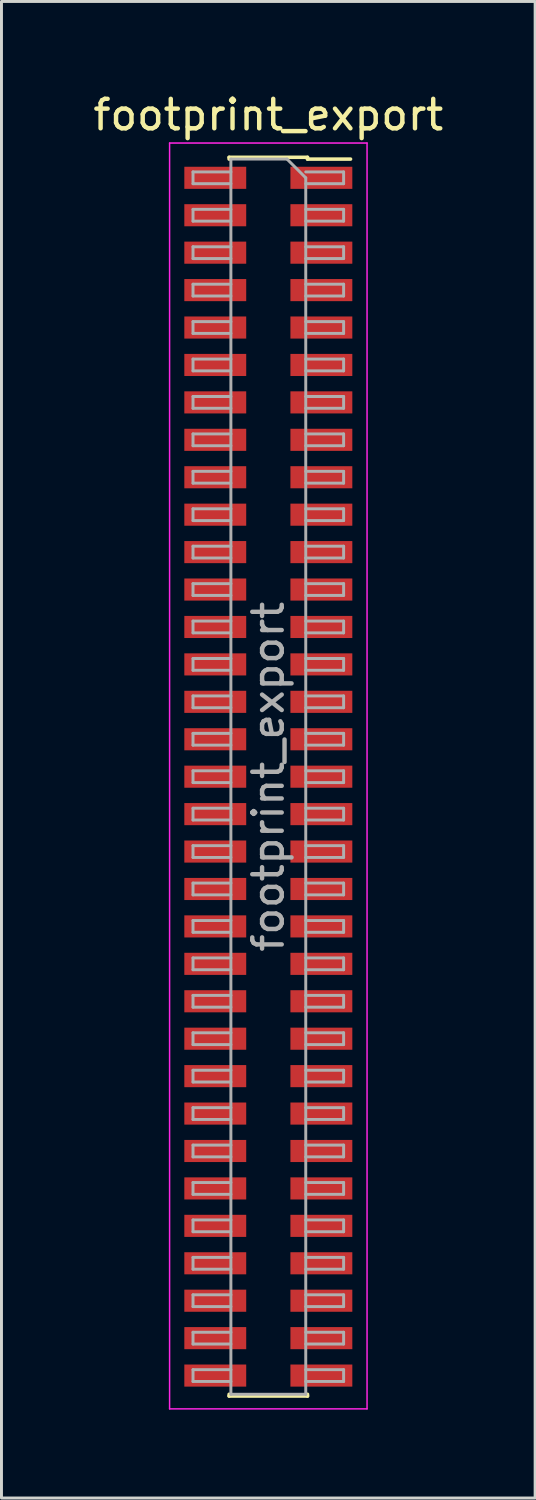
<source format=kicad_pcb>
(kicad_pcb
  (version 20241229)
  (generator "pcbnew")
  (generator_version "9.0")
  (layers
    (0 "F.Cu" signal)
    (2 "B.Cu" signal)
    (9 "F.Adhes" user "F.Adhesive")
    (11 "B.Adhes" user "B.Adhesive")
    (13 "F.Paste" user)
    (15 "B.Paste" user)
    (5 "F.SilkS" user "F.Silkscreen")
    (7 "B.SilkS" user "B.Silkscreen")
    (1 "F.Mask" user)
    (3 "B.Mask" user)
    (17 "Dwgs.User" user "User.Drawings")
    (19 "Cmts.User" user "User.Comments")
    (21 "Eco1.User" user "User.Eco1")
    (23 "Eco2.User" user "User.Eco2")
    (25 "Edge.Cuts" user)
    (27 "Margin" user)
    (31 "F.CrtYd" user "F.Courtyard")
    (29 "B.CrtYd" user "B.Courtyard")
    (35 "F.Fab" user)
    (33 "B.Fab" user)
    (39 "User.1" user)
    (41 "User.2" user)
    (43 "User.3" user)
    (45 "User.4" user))
  (footprint "footprint_export"
    (layer "F.Cu")
    (at 6.054 23.303)
    (property "Reference" "footprint_export" (at 0 -22.455 0) (layer "F.SilkS") (effects (font (size 1 1) (thickness 0.15))))
    (attr smd)
    (fp_line (start -1.33 -21.015) (end -1.33 -20.955) (stroke (width 0.12) (type solid)) (layer "F.SilkS"))
    (fp_line (start -1.33 -21.015) (end 1.33 -21.015) (stroke (width 0.12) (type solid)) (layer "F.SilkS"))
    (fp_line (start -1.33 20.955) (end -1.33 21.015) (stroke (width 0.12) (type solid)) (layer "F.SilkS"))
    (fp_line (start -1.33 21.015) (end 1.33 21.015) (stroke (width 0.12) (type solid)) (layer "F.SilkS"))
    (fp_line (start 1.33 -21.015) (end 1.33 -20.955) (stroke (width 0.12) (type solid)) (layer "F.SilkS"))
    (fp_line (start 1.33 -20.955) (end 2.79 -20.955) (stroke (width 0.12) (type solid)) (layer "F.SilkS"))
    (fp_line (start 1.33 20.955) (end 1.33 21.015) (stroke (width 0.12) (type solid)) (layer "F.SilkS"))
    (fp_line (start -3.35 -21.5) (end 3.35 -21.5) (stroke (width 0.05) (type solid)) (layer "F.CrtYd"))
    (fp_line (start -3.35 21.45) (end -3.35 -21.5) (stroke (width 0.05) (type solid)) (layer "F.CrtYd"))
    (fp_line (start 3.35 -21.5) (end 3.35 21.45) (stroke (width 0.05) (type solid)) (layer "F.CrtYd"))
    (fp_line (start 3.35 21.45) (end -3.35 21.45) (stroke (width 0.05) (type solid)) (layer "F.CrtYd"))
    (fp_line (start -2.555 -20.52) (end -1.27 -20.52) (stroke (width 0.1) (type solid)) (layer "F.Fab"))
    (fp_line (start -2.555 -20.12) (end -2.555 -20.52) (stroke (width 0.1) (type solid)) (layer "F.Fab"))
    (fp_line (start -2.555 -19.25) (end -1.27 -19.25) (stroke (width 0.1) (type solid)) (layer "F.Fab"))
    (fp_line (start -2.555 -18.85) (end -2.555 -19.25) (stroke (width 0.1) (type solid)) (layer "F.Fab"))
    (fp_line (start -2.555 -17.98) (end -1.27 -17.98) (stroke (width 0.1) (type solid)) (layer "F.Fab"))
    (fp_line (start -2.555 -17.58) (end -2.555 -17.98) (stroke (width 0.1) (type solid)) (layer "F.Fab"))
    (fp_line (start -2.555 -16.71) (end -1.27 -16.71) (stroke (width 0.1) (type solid)) (layer "F.Fab"))
    (fp_line (start -2.555 -16.31) (end -2.555 -16.71) (stroke (width 0.1) (type solid)) (layer "F.Fab"))
    (fp_line (start -2.555 -15.44) (end -1.27 -15.44) (stroke (width 0.1) (type solid)) (layer "F.Fab"))
    (fp_line (start -2.555 -15.04) (end -2.555 -15.44) (stroke (width 0.1) (type solid)) (layer "F.Fab"))
    (fp_line (start -2.555 -14.17) (end -1.27 -14.17) (stroke (width 0.1) (type solid)) (layer "F.Fab"))
    (fp_line (start -2.555 -13.77) (end -2.555 -14.17) (stroke (width 0.1) (type solid)) (layer "F.Fab"))
    (fp_line (start -2.555 -12.9) (end -1.27 -12.9) (stroke (width 0.1) (type solid)) (layer "F.Fab"))
    (fp_line (start -2.555 -12.5) (end -2.555 -12.9) (stroke (width 0.1) (type solid)) (layer "F.Fab"))
    (fp_line (start -2.555 -11.63) (end -1.27 -11.63) (stroke (width 0.1) (type solid)) (layer "F.Fab"))
    (fp_line (start -2.555 -11.23) (end -2.555 -11.63) (stroke (width 0.1) (type solid)) (layer "F.Fab"))
    (fp_line (start -2.555 -10.36) (end -1.27 -10.36) (stroke (width 0.1) (type solid)) (layer "F.Fab"))
    (fp_line (start -2.555 -9.96) (end -2.555 -10.36) (stroke (width 0.1) (type solid)) (layer "F.Fab"))
    (fp_line (start -2.555 -9.09) (end -1.27 -9.09) (stroke (width 0.1) (type solid)) (layer "F.Fab"))
    (fp_line (start -2.555 -8.69) (end -2.555 -9.09) (stroke (width 0.1) (type solid)) (layer "F.Fab"))
    (fp_line (start -2.555 -7.82) (end -1.27 -7.82) (stroke (width 0.1) (type solid)) (layer "F.Fab"))
    (fp_line (start -2.555 -7.42) (end -2.555 -7.82) (stroke (width 0.1) (type solid)) (layer "F.Fab"))
    (fp_line (start -2.555 -6.55) (end -1.27 -6.55) (stroke (width 0.1) (type solid)) (layer "F.Fab"))
    (fp_line (start -2.555 -6.15) (end -2.555 -6.55) (stroke (width 0.1) (type solid)) (layer "F.Fab"))
    (fp_line (start -2.555 -5.28) (end -1.27 -5.28) (stroke (width 0.1) (type solid)) (layer "F.Fab"))
    (fp_line (start -2.555 -4.88) (end -2.555 -5.28) (stroke (width 0.1) (type solid)) (layer "F.Fab"))
    (fp_line (start -2.555 -4.01) (end -1.27 -4.01) (stroke (width 0.1) (type solid)) (layer "F.Fab"))
    (fp_line (start -2.555 -3.61) (end -2.555 -4.01) (stroke (width 0.1) (type solid)) (layer "F.Fab"))
    (fp_line (start -2.555 -2.74) (end -1.27 -2.74) (stroke (width 0.1) (type solid)) (layer "F.Fab"))
    (fp_line (start -2.555 -2.34) (end -2.555 -2.74) (stroke (width 0.1) (type solid)) (layer "F.Fab"))
    (fp_line (start -2.555 -1.47) (end -1.27 -1.47) (stroke (width 0.1) (type solid)) (layer "F.Fab"))
    (fp_line (start -2.555 -1.07) (end -2.555 -1.47) (stroke (width 0.1) (type solid)) (layer "F.Fab"))
    (fp_line (start -2.555 -0.2) (end -1.27 -0.2) (stroke (width 0.1) (type solid)) (layer "F.Fab"))
    (fp_line (start -2.555 0.2) (end -2.555 -0.2) (stroke (width 0.1) (type solid)) (layer "F.Fab"))
    (fp_line (start -2.555 1.07) (end -1.27 1.07) (stroke (width 0.1) (type solid)) (layer "F.Fab"))
    (fp_line (start -2.555 1.47) (end -2.555 1.07) (stroke (width 0.1) (type solid)) (layer "F.Fab"))
    (fp_line (start -2.555 2.34) (end -1.27 2.34) (stroke (width 0.1) (type solid)) (layer "F.Fab"))
    (fp_line (start -2.555 2.74) (end -2.555 2.34) (stroke (width 0.1) (type solid)) (layer "F.Fab"))
    (fp_line (start -2.555 3.61) (end -1.27 3.61) (stroke (width 0.1) (type solid)) (layer "F.Fab"))
    (fp_line (start -2.555 4.01) (end -2.555 3.61) (stroke (width 0.1) (type solid)) (layer "F.Fab"))
    (fp_line (start -2.555 4.88) (end -1.27 4.88) (stroke (width 0.1) (type solid)) (layer "F.Fab"))
    (fp_line (start -2.555 5.28) (end -2.555 4.88) (stroke (width 0.1) (type solid)) (layer "F.Fab"))
    (fp_line (start -2.555 6.15) (end -1.27 6.15) (stroke (width 0.1) (type solid)) (layer "F.Fab"))
    (fp_line (start -2.555 6.55) (end -2.555 6.15) (stroke (width 0.1) (type solid)) (layer "F.Fab"))
    (fp_line (start -2.555 7.42) (end -1.27 7.42) (stroke (width 0.1) (type solid)) (layer "F.Fab"))
    (fp_line (start -2.555 7.82) (end -2.555 7.42) (stroke (width 0.1) (type solid)) (layer "F.Fab"))
    (fp_line (start -2.555 8.69) (end -1.27 8.69) (stroke (width 0.1) (type solid)) (layer "F.Fab"))
    (fp_line (start -2.555 9.09) (end -2.555 8.69) (stroke (width 0.1) (type solid)) (layer "F.Fab"))
    (fp_line (start -2.555 9.96) (end -1.27 9.96) (stroke (width 0.1) (type solid)) (layer "F.Fab"))
    (fp_line (start -2.555 10.36) (end -2.555 9.96) (stroke (width 0.1) (type solid)) (layer "F.Fab"))
    (fp_line (start -2.555 11.23) (end -1.27 11.23) (stroke (width 0.1) (type solid)) (layer "F.Fab"))
    (fp_line (start -2.555 11.63) (end -2.555 11.23) (stroke (width 0.1) (type solid)) (layer "F.Fab"))
    (fp_line (start -2.555 12.5) (end -1.27 12.5) (stroke (width 0.1) (type solid)) (layer "F.Fab"))
    (fp_line (start -2.555 12.9) (end -2.555 12.5) (stroke (width 0.1) (type solid)) (layer "F.Fab"))
    (fp_line (start -2.555 13.77) (end -1.27 13.77) (stroke (width 0.1) (type solid)) (layer "F.Fab"))
    (fp_line (start -2.555 14.17) (end -2.555 13.77) (stroke (width 0.1) (type solid)) (layer "F.Fab"))
    (fp_line (start -2.555 15.04) (end -1.27 15.04) (stroke (width 0.1) (type solid)) (layer "F.Fab"))
    (fp_line (start -2.555 15.44) (end -2.555 15.04) (stroke (width 0.1) (type solid)) (layer "F.Fab"))
    (fp_line (start -2.555 16.31) (end -1.27 16.31) (stroke (width 0.1) (type solid)) (layer "F.Fab"))
    (fp_line (start -2.555 16.71) (end -2.555 16.31) (stroke (width 0.1) (type solid)) (layer "F.Fab"))
    (fp_line (start -2.555 17.58) (end -1.27 17.58) (stroke (width 0.1) (type solid)) (layer "F.Fab"))
    (fp_line (start -2.555 17.98) (end -2.555 17.58) (stroke (width 0.1) (type solid)) (layer "F.Fab"))
    (fp_line (start -2.555 18.85) (end -1.27 18.85) (stroke (width 0.1) (type solid)) (layer "F.Fab"))
    (fp_line (start -2.555 19.25) (end -2.555 18.85) (stroke (width 0.1) (type solid)) (layer "F.Fab"))
    (fp_line (start -2.555 20.12) (end -1.27 20.12) (stroke (width 0.1) (type solid)) (layer "F.Fab"))
    (fp_line (start -2.555 20.52) (end -2.555 20.12) (stroke (width 0.1) (type solid)) (layer "F.Fab"))
    (fp_line (start -1.27 -20.955) (end 0.635 -20.955) (stroke (width 0.1) (type solid)) (layer "F.Fab"))
    (fp_line (start -1.27 -20.12) (end -2.555 -20.12) (stroke (width 0.1) (type solid)) (layer "F.Fab"))
    (fp_line (start -1.27 -18.85) (end -2.555 -18.85) (stroke (width 0.1) (type solid)) (layer "F.Fab"))
    (fp_line (start -1.27 -17.58) (end -2.555 -17.58) (stroke (width 0.1) (type solid)) (layer "F.Fab"))
    (fp_line (start -1.27 -16.31) (end -2.555 -16.31) (stroke (width 0.1) (type solid)) (layer "F.Fab"))
    (fp_line (start -1.27 -15.04) (end -2.555 -15.04) (stroke (width 0.1) (type solid)) (layer "F.Fab"))
    (fp_line (start -1.27 -13.77) (end -2.555 -13.77) (stroke (width 0.1) (type solid)) (layer "F.Fab"))
    (fp_line (start -1.27 -12.5) (end -2.555 -12.5) (stroke (width 0.1) (type solid)) (layer "F.Fab"))
    (fp_line (start -1.27 -11.23) (end -2.555 -11.23) (stroke (width 0.1) (type solid)) (layer "F.Fab"))
    (fp_line (start -1.27 -9.96) (end -2.555 -9.96) (stroke (width 0.1) (type solid)) (layer "F.Fab"))
    (fp_line (start -1.27 -8.69) (end -2.555 -8.69) (stroke (width 0.1) (type solid)) (layer "F.Fab"))
    (fp_line (start -1.27 -7.42) (end -2.555 -7.42) (stroke (width 0.1) (type solid)) (layer "F.Fab"))
    (fp_line (start -1.27 -6.15) (end -2.555 -6.15) (stroke (width 0.1) (type solid)) (layer "F.Fab"))
    (fp_line (start -1.27 -4.88) (end -2.555 -4.88) (stroke (width 0.1) (type solid)) (layer "F.Fab"))
    (fp_line (start -1.27 -3.61) (end -2.555 -3.61) (stroke (width 0.1) (type solid)) (layer "F.Fab"))
    (fp_line (start -1.27 -2.34) (end -2.555 -2.34) (stroke (width 0.1) (type solid)) (layer "F.Fab"))
    (fp_line (start -1.27 -1.07) (end -2.555 -1.07) (stroke (width 0.1) (type solid)) (layer "F.Fab"))
    (fp_line (start -1.27 0.2) (end -2.555 0.2) (stroke (width 0.1) (type solid)) (layer "F.Fab"))
    (fp_line (start -1.27 1.47) (end -2.555 1.47) (stroke (width 0.1) (type solid)) (layer "F.Fab"))
    (fp_line (start -1.27 2.74) (end -2.555 2.74) (stroke (width 0.1) (type solid)) (layer "F.Fab"))
    (fp_line (start -1.27 4.01) (end -2.555 4.01) (stroke (width 0.1) (type solid)) (layer "F.Fab"))
    (fp_line (start -1.27 5.28) (end -2.555 5.28) (stroke (width 0.1) (type solid)) (layer "F.Fab"))
    (fp_line (start -1.27 6.55) (end -2.555 6.55) (stroke (width 0.1) (type solid)) (layer "F.Fab"))
    (fp_line (start -1.27 7.82) (end -2.555 7.82) (stroke (width 0.1) (type solid)) (layer "F.Fab"))
    (fp_line (start -1.27 9.09) (end -2.555 9.09) (stroke (width 0.1) (type solid)) (layer "F.Fab"))
    (fp_line (start -1.27 10.36) (end -2.555 10.36) (stroke (width 0.1) (type solid)) (layer "F.Fab"))
    (fp_line (start -1.27 11.63) (end -2.555 11.63) (stroke (width 0.1) (type solid)) (layer "F.Fab"))
    (fp_line (start -1.27 12.9) (end -2.555 12.9) (stroke (width 0.1) (type solid)) (layer "F.Fab"))
    (fp_line (start -1.27 14.17) (end -2.555 14.17) (stroke (width 0.1) (type solid)) (layer "F.Fab"))
    (fp_line (start -1.27 15.44) (end -2.555 15.44) (stroke (width 0.1) (type solid)) (layer "F.Fab"))
    (fp_line (start -1.27 16.71) (end -2.555 16.71) (stroke (width 0.1) (type solid)) (layer "F.Fab"))
    (fp_line (start -1.27 17.98) (end -2.555 17.98) (stroke (width 0.1) (type solid)) (layer "F.Fab"))
    (fp_line (start -1.27 19.25) (end -2.555 19.25) (stroke (width 0.1) (type solid)) (layer "F.Fab"))
    (fp_line (start -1.27 20.52) (end -2.555 20.52) (stroke (width 0.1) (type solid)) (layer "F.Fab"))
    (fp_line (start -1.27 20.955) (end -1.27 -20.955) (stroke (width 0.1) (type solid)) (layer "F.Fab"))
    (fp_line (start 0.635 -20.955) (end 1.27 -20.32) (stroke (width 0.1) (type solid)) (layer "F.Fab"))
    (fp_line (start 1.27 -20.52) (end 2.555 -20.52) (stroke (width 0.1) (type solid)) (layer "F.Fab"))
    (fp_line (start 1.27 -20.32) (end 1.27 20.955) (stroke (width 0.1) (type solid)) (layer "F.Fab"))
    (fp_line (start 1.27 -19.25) (end 2.555 -19.25) (stroke (width 0.1) (type solid)) (layer "F.Fab"))
    (fp_line (start 1.27 -17.98) (end 2.555 -17.98) (stroke (width 0.1) (type solid)) (layer "F.Fab"))
    (fp_line (start 1.27 -16.71) (end 2.555 -16.71) (stroke (width 0.1) (type solid)) (layer "F.Fab"))
    (fp_line (start 1.27 -15.44) (end 2.555 -15.44) (stroke (width 0.1) (type solid)) (layer "F.Fab"))
    (fp_line (start 1.27 -14.17) (end 2.555 -14.17) (stroke (width 0.1) (type solid)) (layer "F.Fab"))
    (fp_line (start 1.27 -12.9) (end 2.555 -12.9) (stroke (width 0.1) (type solid)) (layer "F.Fab"))
    (fp_line (start 1.27 -11.63) (end 2.555 -11.63) (stroke (width 0.1) (type solid)) (layer "F.Fab"))
    (fp_line (start 1.27 -10.36) (end 2.555 -10.36) (stroke (width 0.1) (type solid)) (layer "F.Fab"))
    (fp_line (start 1.27 -9.09) (end 2.555 -9.09) (stroke (width 0.1) (type solid)) (layer "F.Fab"))
    (fp_line (start 1.27 -7.82) (end 2.555 -7.82) (stroke (width 0.1) (type solid)) (layer "F.Fab"))
    (fp_line (start 1.27 -6.55) (end 2.555 -6.55) (stroke (width 0.1) (type solid)) (layer "F.Fab"))
    (fp_line (start 1.27 -5.28) (end 2.555 -5.28) (stroke (width 0.1) (type solid)) (layer "F.Fab"))
    (fp_line (start 1.27 -4.01) (end 2.555 -4.01) (stroke (width 0.1) (type solid)) (layer "F.Fab"))
    (fp_line (start 1.27 -2.74) (end 2.555 -2.74) (stroke (width 0.1) (type solid)) (layer "F.Fab"))
    (fp_line (start 1.27 -1.47) (end 2.555 -1.47) (stroke (width 0.1) (type solid)) (layer "F.Fab"))
    (fp_line (start 1.27 -0.2) (end 2.555 -0.2) (stroke (width 0.1) (type solid)) (layer "F.Fab"))
    (fp_line (start 1.27 1.07) (end 2.555 1.07) (stroke (width 0.1) (type solid)) (layer "F.Fab"))
    (fp_line (start 1.27 2.34) (end 2.555 2.34) (stroke (width 0.1) (type solid)) (layer "F.Fab"))
    (fp_line (start 1.27 3.61) (end 2.555 3.61) (stroke (width 0.1) (type solid)) (layer "F.Fab"))
    (fp_line (start 1.27 4.88) (end 2.555 4.88) (stroke (width 0.1) (type solid)) (layer "F.Fab"))
    (fp_line (start 1.27 6.15) (end 2.555 6.15) (stroke (width 0.1) (type solid)) (layer "F.Fab"))
    (fp_line (start 1.27 7.42) (end 2.555 7.42) (stroke (width 0.1) (type solid)) (layer "F.Fab"))
    (fp_line (start 1.27 8.69) (end 2.555 8.69) (stroke (width 0.1) (type solid)) (layer "F.Fab"))
    (fp_line (start 1.27 9.96) (end 2.555 9.96) (stroke (width 0.1) (type solid)) (layer "F.Fab"))
    (fp_line (start 1.27 11.23) (end 2.555 11.23) (stroke (width 0.1) (type solid)) (layer "F.Fab"))
    (fp_line (start 1.27 12.5) (end 2.555 12.5) (stroke (width 0.1) (type solid)) (layer "F.Fab"))
    (fp_line (start 1.27 13.77) (end 2.555 13.77) (stroke (width 0.1) (type solid)) (layer "F.Fab"))
    (fp_line (start 1.27 15.04) (end 2.555 15.04) (stroke (width 0.1) (type solid)) (layer "F.Fab"))
    (fp_line (start 1.27 16.31) (end 2.555 16.31) (stroke (width 0.1) (type solid)) (layer "F.Fab"))
    (fp_line (start 1.27 17.58) (end 2.555 17.58) (stroke (width 0.1) (type solid)) (layer "F.Fab"))
    (fp_line (start 1.27 18.85) (end 2.555 18.85) (stroke (width 0.1) (type solid)) (layer "F.Fab"))
    (fp_line (start 1.27 20.12) (end 2.555 20.12) (stroke (width 0.1) (type solid)) (layer "F.Fab"))
    (fp_line (start 1.27 20.955) (end -1.27 20.955) (stroke (width 0.1) (type solid)) (layer "F.Fab"))
    (fp_line (start 2.555 -20.52) (end 2.555 -20.12) (stroke (width 0.1) (type solid)) (layer "F.Fab"))
    (fp_line (start 2.555 -20.12) (end 1.27 -20.12) (stroke (width 0.1) (type solid)) (layer "F.Fab"))
    (fp_line (start 2.555 -19.25) (end 2.555 -18.85) (stroke (width 0.1) (type solid)) (layer "F.Fab"))
    (fp_line (start 2.555 -18.85) (end 1.27 -18.85) (stroke (width 0.1) (type solid)) (layer "F.Fab"))
    (fp_line (start 2.555 -17.98) (end 2.555 -17.58) (stroke (width 0.1) (type solid)) (layer "F.Fab"))
    (fp_line (start 2.555 -17.58) (end 1.27 -17.58) (stroke (width 0.1) (type solid)) (layer "F.Fab"))
    (fp_line (start 2.555 -16.71) (end 2.555 -16.31) (stroke (width 0.1) (type solid)) (layer "F.Fab"))
    (fp_line (start 2.555 -16.31) (end 1.27 -16.31) (stroke (width 0.1) (type solid)) (layer "F.Fab"))
    (fp_line (start 2.555 -15.44) (end 2.555 -15.04) (stroke (width 0.1) (type solid)) (layer "F.Fab"))
    (fp_line (start 2.555 -15.04) (end 1.27 -15.04) (stroke (width 0.1) (type solid)) (layer "F.Fab"))
    (fp_line (start 2.555 -14.17) (end 2.555 -13.77) (stroke (width 0.1) (type solid)) (layer "F.Fab"))
    (fp_line (start 2.555 -13.77) (end 1.27 -13.77) (stroke (width 0.1) (type solid)) (layer "F.Fab"))
    (fp_line (start 2.555 -12.9) (end 2.555 -12.5) (stroke (width 0.1) (type solid)) (layer "F.Fab"))
    (fp_line (start 2.555 -12.5) (end 1.27 -12.5) (stroke (width 0.1) (type solid)) (layer "F.Fab"))
    (fp_line (start 2.555 -11.63) (end 2.555 -11.23) (stroke (width 0.1) (type solid)) (layer "F.Fab"))
    (fp_line (start 2.555 -11.23) (end 1.27 -11.23) (stroke (width 0.1) (type solid)) (layer "F.Fab"))
    (fp_line (start 2.555 -10.36) (end 2.555 -9.96) (stroke (width 0.1) (type solid)) (layer "F.Fab"))
    (fp_line (start 2.555 -9.96) (end 1.27 -9.96) (stroke (width 0.1) (type solid)) (layer "F.Fab"))
    (fp_line (start 2.555 -9.09) (end 2.555 -8.69) (stroke (width 0.1) (type solid)) (layer "F.Fab"))
    (fp_line (start 2.555 -8.69) (end 1.27 -8.69) (stroke (width 0.1) (type solid)) (layer "F.Fab"))
    (fp_line (start 2.555 -7.82) (end 2.555 -7.42) (stroke (width 0.1) (type solid)) (layer "F.Fab"))
    (fp_line (start 2.555 -7.42) (end 1.27 -7.42) (stroke (width 0.1) (type solid)) (layer "F.Fab"))
    (fp_line (start 2.555 -6.55) (end 2.555 -6.15) (stroke (width 0.1) (type solid)) (layer "F.Fab"))
    (fp_line (start 2.555 -6.15) (end 1.27 -6.15) (stroke (width 0.1) (type solid)) (layer "F.Fab"))
    (fp_line (start 2.555 -5.28) (end 2.555 -4.88) (stroke (width 0.1) (type solid)) (layer "F.Fab"))
    (fp_line (start 2.555 -4.88) (end 1.27 -4.88) (stroke (width 0.1) (type solid)) (layer "F.Fab"))
    (fp_line (start 2.555 -4.01) (end 2.555 -3.61) (stroke (width 0.1) (type solid)) (layer "F.Fab"))
    (fp_line (start 2.555 -3.61) (end 1.27 -3.61) (stroke (width 0.1) (type solid)) (layer "F.Fab"))
    (fp_line (start 2.555 -2.74) (end 2.555 -2.34) (stroke (width 0.1) (type solid)) (layer "F.Fab"))
    (fp_line (start 2.555 -2.34) (end 1.27 -2.34) (stroke (width 0.1) (type solid)) (layer "F.Fab"))
    (fp_line (start 2.555 -1.47) (end 2.555 -1.07) (stroke (width 0.1) (type solid)) (layer "F.Fab"))
    (fp_line (start 2.555 -1.07) (end 1.27 -1.07) (stroke (width 0.1) (type solid)) (layer "F.Fab"))
    (fp_line (start 2.555 -0.2) (end 2.555 0.2) (stroke (width 0.1) (type solid)) (layer "F.Fab"))
    (fp_line (start 2.555 0.2) (end 1.27 0.2) (stroke (width 0.1) (type solid)) (layer "F.Fab"))
    (fp_line (start 2.555 1.07) (end 2.555 1.47) (stroke (width 0.1) (type solid)) (layer "F.Fab"))
    (fp_line (start 2.555 1.47) (end 1.27 1.47) (stroke (width 0.1) (type solid)) (layer "F.Fab"))
    (fp_line (start 2.555 2.34) (end 2.555 2.74) (stroke (width 0.1) (type solid)) (layer "F.Fab"))
    (fp_line (start 2.555 2.74) (end 1.27 2.74) (stroke (width 0.1) (type solid)) (layer "F.Fab"))
    (fp_line (start 2.555 3.61) (end 2.555 4.01) (stroke (width 0.1) (type solid)) (layer "F.Fab"))
    (fp_line (start 2.555 4.01) (end 1.27 4.01) (stroke (width 0.1) (type solid)) (layer "F.Fab"))
    (fp_line (start 2.555 4.88) (end 2.555 5.28) (stroke (width 0.1) (type solid)) (layer "F.Fab"))
    (fp_line (start 2.555 5.28) (end 1.27 5.28) (stroke (width 0.1) (type solid)) (layer "F.Fab"))
    (fp_line (start 2.555 6.15) (end 2.555 6.55) (stroke (width 0.1) (type solid)) (layer "F.Fab"))
    (fp_line (start 2.555 6.55) (end 1.27 6.55) (stroke (width 0.1) (type solid)) (layer "F.Fab"))
    (fp_line (start 2.555 7.42) (end 2.555 7.82) (stroke (width 0.1) (type solid)) (layer "F.Fab"))
    (fp_line (start 2.555 7.82) (end 1.27 7.82) (stroke (width 0.1) (type solid)) (layer "F.Fab"))
    (fp_line (start 2.555 8.69) (end 2.555 9.09) (stroke (width 0.1) (type solid)) (layer "F.Fab"))
    (fp_line (start 2.555 9.09) (end 1.27 9.09) (stroke (width 0.1) (type solid)) (layer "F.Fab"))
    (fp_line (start 2.555 9.96) (end 2.555 10.36) (stroke (width 0.1) (type solid)) (layer "F.Fab"))
    (fp_line (start 2.555 10.36) (end 1.27 10.36) (stroke (width 0.1) (type solid)) (layer "F.Fab"))
    (fp_line (start 2.555 11.23) (end 2.555 11.63) (stroke (width 0.1) (type solid)) (layer "F.Fab"))
    (fp_line (start 2.555 11.63) (end 1.27 11.63) (stroke (width 0.1) (type solid)) (layer "F.Fab"))
    (fp_line (start 2.555 12.5) (end 2.555 12.9) (stroke (width 0.1) (type solid)) (layer "F.Fab"))
    (fp_line (start 2.555 12.9) (end 1.27 12.9) (stroke (width 0.1) (type solid)) (layer "F.Fab"))
    (fp_line (start 2.555 13.77) (end 2.555 14.17) (stroke (width 0.1) (type solid)) (layer "F.Fab"))
    (fp_line (start 2.555 14.17) (end 1.27 14.17) (stroke (width 0.1) (type solid)) (layer "F.Fab"))
    (fp_line (start 2.555 15.04) (end 2.555 15.44) (stroke (width 0.1) (type solid)) (layer "F.Fab"))
    (fp_line (start 2.555 15.44) (end 1.27 15.44) (stroke (width 0.1) (type solid)) (layer "F.Fab"))
    (fp_line (start 2.555 16.31) (end 2.555 16.71) (stroke (width 0.1) (type solid)) (layer "F.Fab"))
    (fp_line (start 2.555 16.71) (end 1.27 16.71) (stroke (width 0.1) (type solid)) (layer "F.Fab"))
    (fp_line (start 2.555 17.58) (end 2.555 17.98) (stroke (width 0.1) (type solid)) (layer "F.Fab"))
    (fp_line (start 2.555 17.98) (end 1.27 17.98) (stroke (width 0.1) (type solid)) (layer "F.Fab"))
    (fp_line (start 2.555 18.85) (end 2.555 19.25) (stroke (width 0.1) (type solid)) (layer "F.Fab"))
    (fp_line (start 2.555 19.25) (end 1.27 19.25) (stroke (width 0.1) (type solid)) (layer "F.Fab"))
    (fp_line (start 2.555 20.12) (end 2.555 20.52) (stroke (width 0.1) (type solid)) (layer "F.Fab"))
    (fp_line (start 2.555 20.52) (end 1.27 20.52) (stroke (width 0.1) (type solid)) (layer "F.Fab"))
    (fp_text user "${REFERENCE}" (at 0 0 90) (layer "F.Fab") (effects (font (size 1 1) (thickness 0.15))))
    (pad "1" smd rect (at 1.8 -20.32) (size 2.1 0.75) (layers "F.Cu" "F.Mask" "F.Paste"))
    (pad "2" smd rect (at -1.8 -20.32) (size 2.1 0.75) (layers "F.Cu" "F.Mask" "F.Paste"))
    (pad "3" smd rect (at 1.8 -19.05) (size 2.1 0.75) (layers "F.Cu" "F.Mask" "F.Paste"))
    (pad "4" smd rect (at -1.8 -19.05) (size 2.1 0.75) (layers "F.Cu" "F.Mask" "F.Paste"))
    (pad "5" smd rect (at 1.8 -17.78) (size 2.1 0.75) (layers "F.Cu" "F.Mask" "F.Paste"))
    (pad "6" smd rect (at -1.8 -17.78) (size 2.1 0.75) (layers "F.Cu" "F.Mask" "F.Paste"))
    (pad "7" smd rect (at 1.8 -16.51) (size 2.1 0.75) (layers "F.Cu" "F.Mask" "F.Paste"))
    (pad "8" smd rect (at -1.8 -16.51) (size 2.1 0.75) (layers "F.Cu" "F.Mask" "F.Paste"))
    (pad "9" smd rect (at 1.8 -15.24) (size 2.1 0.75) (layers "F.Cu" "F.Mask" "F.Paste"))
    (pad "10" smd rect (at -1.8 -15.24) (size 2.1 0.75) (layers "F.Cu" "F.Mask" "F.Paste"))
    (pad "11" smd rect (at 1.8 -13.97) (size 2.1 0.75) (layers "F.Cu" "F.Mask" "F.Paste"))
    (pad "12" smd rect (at -1.8 -13.97) (size 2.1 0.75) (layers "F.Cu" "F.Mask" "F.Paste"))
    (pad "13" smd rect (at 1.8 -12.7) (size 2.1 0.75) (layers "F.Cu" "F.Mask" "F.Paste"))
    (pad "14" smd rect (at -1.8 -12.7) (size 2.1 0.75) (layers "F.Cu" "F.Mask" "F.Paste"))
    (pad "15" smd rect (at 1.8 -11.43) (size 2.1 0.75) (layers "F.Cu" "F.Mask" "F.Paste"))
    (pad "16" smd rect (at -1.8 -11.43) (size 2.1 0.75) (layers "F.Cu" "F.Mask" "F.Paste"))
    (pad "17" smd rect (at 1.8 -10.16) (size 2.1 0.75) (layers "F.Cu" "F.Mask" "F.Paste"))
    (pad "18" smd rect (at -1.8 -10.16) (size 2.1 0.75) (layers "F.Cu" "F.Mask" "F.Paste"))
    (pad "19" smd rect (at 1.8 -8.89) (size 2.1 0.75) (layers "F.Cu" "F.Mask" "F.Paste"))
    (pad "20" smd rect (at -1.8 -8.89) (size 2.1 0.75) (layers "F.Cu" "F.Mask" "F.Paste"))
    (pad "21" smd rect (at 1.8 -7.62) (size 2.1 0.75) (layers "F.Cu" "F.Mask" "F.Paste"))
    (pad "22" smd rect (at -1.8 -7.62) (size 2.1 0.75) (layers "F.Cu" "F.Mask" "F.Paste"))
    (pad "23" smd rect (at 1.8 -6.35) (size 2.1 0.75) (layers "F.Cu" "F.Mask" "F.Paste"))
    (pad "24" smd rect (at -1.8 -6.35) (size 2.1 0.75) (layers "F.Cu" "F.Mask" "F.Paste"))
    (pad "25" smd rect (at 1.8 -5.08) (size 2.1 0.75) (layers "F.Cu" "F.Mask" "F.Paste"))
    (pad "26" smd rect (at -1.8 -5.08) (size 2.1 0.75) (layers "F.Cu" "F.Mask" "F.Paste"))
    (pad "27" smd rect (at 1.8 -3.81) (size 2.1 0.75) (layers "F.Cu" "F.Mask" "F.Paste"))
    (pad "28" smd rect (at -1.8 -3.81) (size 2.1 0.75) (layers "F.Cu" "F.Mask" "F.Paste"))
    (pad "29" smd rect (at 1.8 -2.54) (size 2.1 0.75) (layers "F.Cu" "F.Mask" "F.Paste"))
    (pad "30" smd rect (at -1.8 -2.54) (size 2.1 0.75) (layers "F.Cu" "F.Mask" "F.Paste"))
    (pad "31" smd rect (at 1.8 -1.27) (size 2.1 0.75) (layers "F.Cu" "F.Mask" "F.Paste"))
    (pad "32" smd rect (at -1.8 -1.27) (size 2.1 0.75) (layers "F.Cu" "F.Mask" "F.Paste"))
    (pad "33" smd rect (at 1.8 0) (size 2.1 0.75) (layers "F.Cu" "F.Mask" "F.Paste"))
    (pad "34" smd rect (at -1.8 0) (size 2.1 0.75) (layers "F.Cu" "F.Mask" "F.Paste"))
    (pad "35" smd rect (at 1.8 1.27) (size 2.1 0.75) (layers "F.Cu" "F.Mask" "F.Paste"))
    (pad "36" smd rect (at -1.8 1.27) (size 2.1 0.75) (layers "F.Cu" "F.Mask" "F.Paste"))
    (pad "37" smd rect (at 1.8 2.54) (size 2.1 0.75) (layers "F.Cu" "F.Mask" "F.Paste"))
    (pad "38" smd rect (at -1.8 2.54) (size 2.1 0.75) (layers "F.Cu" "F.Mask" "F.Paste"))
    (pad "39" smd rect (at 1.8 3.81) (size 2.1 0.75) (layers "F.Cu" "F.Mask" "F.Paste"))
    (pad "40" smd rect (at -1.8 3.81) (size 2.1 0.75) (layers "F.Cu" "F.Mask" "F.Paste"))
    (pad "41" smd rect (at 1.8 5.08) (size 2.1 0.75) (layers "F.Cu" "F.Mask" "F.Paste"))
    (pad "42" smd rect (at -1.8 5.08) (size 2.1 0.75) (layers "F.Cu" "F.Mask" "F.Paste"))
    (pad "43" smd rect (at 1.8 6.35) (size 2.1 0.75) (layers "F.Cu" "F.Mask" "F.Paste"))
    (pad "44" smd rect (at -1.8 6.35) (size 2.1 0.75) (layers "F.Cu" "F.Mask" "F.Paste"))
    (pad "45" smd rect (at 1.8 7.62) (size 2.1 0.75) (layers "F.Cu" "F.Mask" "F.Paste"))
    (pad "46" smd rect (at -1.8 7.62) (size 2.1 0.75) (layers "F.Cu" "F.Mask" "F.Paste"))
    (pad "47" smd rect (at 1.8 8.89) (size 2.1 0.75) (layers "F.Cu" "F.Mask" "F.Paste"))
    (pad "48" smd rect (at -1.8 8.89) (size 2.1 0.75) (layers "F.Cu" "F.Mask" "F.Paste"))
    (pad "49" smd rect (at 1.8 10.16) (size 2.1 0.75) (layers "F.Cu" "F.Mask" "F.Paste"))
    (pad "50" smd rect (at -1.8 10.16) (size 2.1 0.75) (layers "F.Cu" "F.Mask" "F.Paste"))
    (pad "51" smd rect (at 1.8 11.43) (size 2.1 0.75) (layers "F.Cu" "F.Mask" "F.Paste"))
    (pad "52" smd rect (at -1.8 11.43) (size 2.1 0.75) (layers "F.Cu" "F.Mask" "F.Paste"))
    (pad "53" smd rect (at 1.8 12.7) (size 2.1 0.75) (layers "F.Cu" "F.Mask" "F.Paste"))
    (pad "54" smd rect (at -1.8 12.7) (size 2.1 0.75) (layers "F.Cu" "F.Mask" "F.Paste"))
    (pad "55" smd rect (at 1.8 13.97) (size 2.1 0.75) (layers "F.Cu" "F.Mask" "F.Paste"))
    (pad "56" smd rect (at -1.8 13.97) (size 2.1 0.75) (layers "F.Cu" "F.Mask" "F.Paste"))
    (pad "57" smd rect (at 1.8 15.24) (size 2.1 0.75) (layers "F.Cu" "F.Mask" "F.Paste"))
    (pad "58" smd rect (at -1.8 15.24) (size 2.1 0.75) (layers "F.Cu" "F.Mask" "F.Paste"))
    (pad "59" smd rect (at 1.8 16.51) (size 2.1 0.75) (layers "F.Cu" "F.Mask" "F.Paste"))
    (pad "60" smd rect (at -1.8 16.51) (size 2.1 0.75) (layers "F.Cu" "F.Mask" "F.Paste"))
    (pad "61" smd rect (at 1.8 17.78) (size 2.1 0.75) (layers "F.Cu" "F.Mask" "F.Paste"))
    (pad "62" smd rect (at -1.8 17.78) (size 2.1 0.75) (layers "F.Cu" "F.Mask" "F.Paste"))
    (pad "63" smd rect (at 1.8 19.05) (size 2.1 0.75) (layers "F.Cu" "F.Mask" "F.Paste"))
    (pad "64" smd rect (at -1.8 19.05) (size 2.1 0.75) (layers "F.Cu" "F.Mask" "F.Paste"))
    (pad "65" smd rect (at 1.8 20.32) (size 2.1 0.75) (layers "F.Cu" "F.Mask" "F.Paste"))
    (pad "66" smd rect (at -1.8 20.32) (size 2.1 0.75) (layers "F.Cu" "F.Mask" "F.Paste")))
  (gr_rect
    (start -3 -3)
    (end 15.107 47.778)
    (stroke (width 0.1) (type default))
    (fill no)
    (layer "Edge.Cuts")))
</source>
